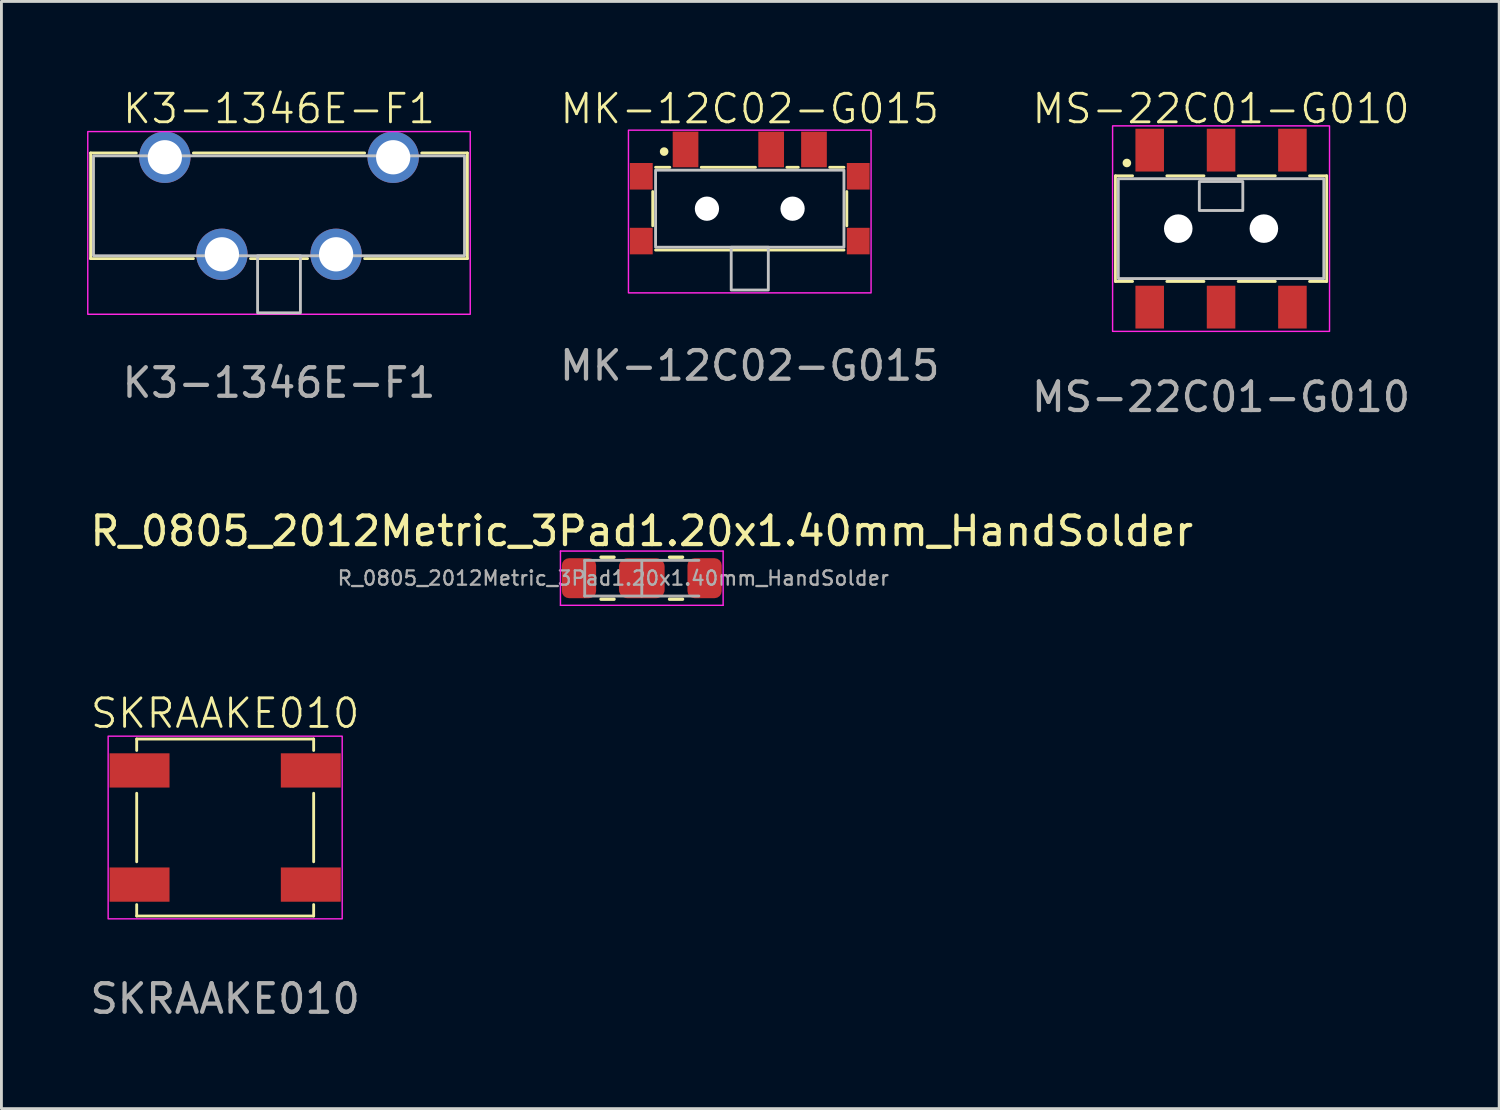
<source format=kicad_pcb>
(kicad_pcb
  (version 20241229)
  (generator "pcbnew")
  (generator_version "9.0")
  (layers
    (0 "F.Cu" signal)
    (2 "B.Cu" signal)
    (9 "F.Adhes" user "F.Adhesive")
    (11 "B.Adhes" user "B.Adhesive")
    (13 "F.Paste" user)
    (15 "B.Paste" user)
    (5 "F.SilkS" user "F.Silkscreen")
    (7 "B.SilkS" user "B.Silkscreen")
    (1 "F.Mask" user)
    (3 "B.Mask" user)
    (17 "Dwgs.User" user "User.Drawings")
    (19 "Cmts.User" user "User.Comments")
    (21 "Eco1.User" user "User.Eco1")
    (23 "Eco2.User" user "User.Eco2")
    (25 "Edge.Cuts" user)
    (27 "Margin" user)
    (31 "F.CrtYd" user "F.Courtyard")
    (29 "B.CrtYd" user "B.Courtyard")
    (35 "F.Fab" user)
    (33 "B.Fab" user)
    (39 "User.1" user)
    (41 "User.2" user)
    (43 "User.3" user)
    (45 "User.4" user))
  (footprint "K3-1346E-F1"
    (layer "F.Cu")
    (at 6.725 4.16)
    (property "Reference" "K3-1346E-F1" (at 0 -3.4 0) (unlocked yes) (layer "F.SilkS") (effects (font (size 1 1) (thickness 0.1))))
    (attr through_hole)
    (fp_line (start -6.6 -1.85) (end -5 -1.85) (stroke (width 0.1) (type default)) (layer "F.SilkS"))
    (fp_line (start -6.6 1.85) (end -6.6 -1.85) (stroke (width 0.1) (type default)) (layer "F.SilkS"))
    (fp_line (start -3 -1.85) (end 3 -1.85) (stroke (width 0.1) (type default)) (layer "F.SilkS"))
    (fp_line (start -3 1.85) (end -6.6 1.85) (stroke (width 0.1) (type default)) (layer "F.SilkS"))
    (fp_line (start 1 1.85) (end -1 1.85) (stroke (width 0.1) (type default)) (layer "F.SilkS"))
    (fp_line (start 5 -1.85) (end 6.6 -1.85) (stroke (width 0.1) (type default)) (layer "F.SilkS"))
    (fp_line (start 6.6 -1.85) (end 6.6 1.85) (stroke (width 0.1) (type default)) (layer "F.SilkS"))
    (fp_line (start 6.6 1.85) (end 3 1.85) (stroke (width 0.1) (type default)) (layer "F.SilkS"))
    (fp_rect (start -6.5 -1.75) (end 6.5 1.75) (stroke (width 0.1) (type default)) (fill no) (layer "Dwgs.User"))
    (fp_rect (start -0.75 1.75) (end 0.75 3.75) (stroke (width 0.1) (type default)) (fill no) (layer "Dwgs.User"))
    (fp_rect (start -6.7 -2.6) (end 6.7 3.8) (stroke (width 0.05) (type default)) (fill no) (layer "F.CrtYd"))
    (fp_text user "${REFERENCE}" (at 0 6.2 0) (unlocked yes) (layer "F.Fab") (effects (font (size 1 1) (thickness 0.15))))
    (pad "1" thru_hole circle (at -4 -1.7) (size 1.8 1.8) (drill 1.2) (layers "*.Cu" "*.Mask"))
    (pad "2" thru_hole circle (at -2 1.7) (size 1.8 1.8) (drill 1.2) (layers "*.Cu" "*.Mask"))
    (pad "3" thru_hole circle (at 2 1.7) (size 1.8 1.8) (drill 1.2) (layers "*.Cu" "*.Mask"))
    (pad "4" thru_hole circle (at 4 -1.7) (size 1.8 1.8) (drill 1.2) (layers "*.Cu" "*.Mask")))
  (footprint "SKRAAKE010"
    (layer "F.Cu")
    (at 4.839 25.942)
    (property "Reference" "SKRAAKE010" (at 0 -4 0) (unlocked yes) (layer "F.SilkS") (effects (font (size 1 1) (thickness 0.1))))
    (attr smd)
    (fp_line (start -3.1 -3.1) (end -3.1 -2.7) (stroke (width 0.1) (type default)) (layer "F.SilkS"))
    (fp_line (start -3.1 -3.1) (end 3.1 -3.1) (stroke (width 0.1) (type default)) (layer "F.SilkS"))
    (fp_line (start -3.1 -1.2) (end -3.1 1.2) (stroke (width 0.1) (type default)) (layer "F.SilkS"))
    (fp_line (start -3.1 3.1) (end -3.1 2.7) (stroke (width 0.1) (type default)) (layer "F.SilkS"))
    (fp_line (start -3.1 3.1) (end 3.1 3.1) (stroke (width 0.1) (type default)) (layer "F.SilkS"))
    (fp_line (start 3.1 -3.1) (end 3.1 -2.7) (stroke (width 0.1) (type default)) (layer "F.SilkS"))
    (fp_line (start 3.1 -1.2) (end 3.1 1.2) (stroke (width 0.1) (type default)) (layer "F.SilkS"))
    (fp_line (start 3.1 3.1) (end 3.1 2.7) (stroke (width 0.1) (type default)) (layer "F.SilkS"))
    (fp_rect (start -4.1 -3.2) (end 4.1 3.2) (stroke (width 0.05) (type default)) (fill no) (layer "F.CrtYd"))
    (fp_text user "${REFERENCE}" (at 0 6 0) (unlocked yes) (layer "F.Fab") (effects (font (size 1 1) (thickness 0.15))))
    (pad "1" smd rect (at -3 -2) (size 2.1 1.2) (layers "F.Cu" "F.Mask" "F.Paste"))
    (pad "1" smd rect (at 3 -2) (size 2.1 1.2) (layers "F.Cu" "F.Mask" "F.Paste"))
    (pad "2" smd rect (at -3 2) (size 2.1 1.2) (layers "F.Cu" "F.Mask" "F.Paste"))
    (pad "2" smd rect (at 3 2) (size 2.1 1.2) (layers "F.Cu" "F.Mask" "F.Paste")))
  (footprint "MK-12C02-G015"
    (layer "F.Cu")
    (at 23.218 4.261)
    (property "Reference" "MK-12C02-G015" (at 0 -3.5 0) (unlocked yes) (layer "F.SilkS") (effects (font (size 1 1) (thickness 0.1))))
    (attr smd)
    (fp_line (start -3.4 -0.6) (end -3.4 0.6) (stroke (width 0.1) (type default)) (layer "F.SilkS"))
    (fp_line (start -2.8 -1.45) (end -3.3 -1.45) (stroke (width 0.1) (type default)) (layer "F.SilkS"))
    (fp_line (start 0.2 -1.45) (end -1.7 -1.45) (stroke (width 0.1) (type default)) (layer "F.SilkS"))
    (fp_line (start 1.7 -1.45) (end 1.3 -1.45) (stroke (width 0.1) (type default)) (layer "F.SilkS"))
    (fp_line (start 3.3 -1.45) (end 2.8 -1.45) (stroke (width 0.1) (type default)) (layer "F.SilkS"))
    (fp_line (start 3.3 1.45) (end -3.3 1.45) (stroke (width 0.1) (type default)) (layer "F.SilkS"))
    (fp_line (start 3.4 0.6) (end 3.4 -0.6) (stroke (width 0.1) (type default)) (layer "F.SilkS"))
    (fp_circle (center -3 -2) (end -3.1 -2) (stroke (width 0.1) (type solid)) (fill yes) (layer "F.SilkS"))
    (fp_rect (start 0.65 1.35) (end -0.65 2.85) (stroke (width 0.1) (type default)) (fill no) (layer "Dwgs.User"))
    (fp_rect (start 3.3 1.35) (end -3.3 -1.35) (stroke (width 0.1) (type default)) (fill no) (layer "Dwgs.User"))
    (fp_rect (start 4.25 2.95) (end -4.25 -2.75) (stroke (width 0.05) (type default)) (fill no) (layer "F.CrtYd"))
    (fp_text user "${REFERENCE}" (at 0 5.5 0) (unlocked yes) (layer "F.Fab") (effects (font (size 1 1) (thickness 0.15))))
    (pad "" np_thru_hole circle (at -1.5 0 180) (size 0.85 0.85) (drill 0.85) (layers "*.Cu" "*.Mask"))
    (pad "" np_thru_hole circle (at 1.5 0 180) (size 0.85 0.85) (drill 0.85) (layers "*.Cu" "*.Mask"))
    (pad "1" smd rect (at -2.25 -2.075 180) (size 0.9 1.25) (layers "F.Cu" "F.Mask" "F.Paste"))
    (pad "2" smd rect (at 0.75 -2.075 180) (size 0.9 1.25) (layers "F.Cu" "F.Mask" "F.Paste"))
    (pad "3" smd rect (at 2.25 -2.075 180) (size 0.9 1.25) (layers "F.Cu" "F.Mask" "F.Paste"))
    (pad "4" smd rect (at -3.8 -1.135 180) (size 0.8 0.93) (layers "F.Cu" "F.Mask" "F.Paste"))
    (pad "4" smd rect (at -3.8 1.135 180) (size 0.8 0.93) (layers "F.Cu" "F.Mask" "F.Paste"))
    (pad "4" smd rect (at 3.8 -1.135 180) (size 0.8 0.93) (layers "F.Cu" "F.Mask" "F.Paste"))
    (pad "4" smd rect (at 3.8 1.135 180) (size 0.8 0.93) (layers "F.Cu" "F.Mask" "F.Paste")))
  (footprint "R_0805_2012Metric_3Pad1.20x1.40mm_HandSolder"
    (layer "F.Cu")
    (at 19.435 17.207)
    (property "Reference" "R_0805_2012Metric_3Pad1.20x1.40mm_HandSolder" (at 0 -1.65 0) (layer "F.SilkS") (effects (font (size 1 1) (thickness 0.15))))
    (attr smd)
    (fp_line (start -1.427 -0.735) (end -0.973 -0.735) (stroke (width 0.12) (type solid)) (layer "F.SilkS"))
    (fp_line (start -1.427 0.735) (end -0.973 0.735) (stroke (width 0.12) (type solid)) (layer "F.SilkS"))
    (fp_line (start 1.427 -0.735) (end 0.973 -0.735) (stroke (width 0.12) (type default)) (layer "F.SilkS"))
    (fp_line (start 1.427 0.735) (end 0.973 0.735) (stroke (width 0.12) (type default)) (layer "F.SilkS"))
    (fp_line (start -2.85 -0.95) (end 2.85 -0.95) (stroke (width 0.05) (type solid)) (layer "F.CrtYd"))
    (fp_line (start -2.85 0.95) (end -2.85 -0.95) (stroke (width 0.05) (type solid)) (layer "F.CrtYd"))
    (fp_line (start 2.85 -0.95) (end 2.85 0.95) (stroke (width 0.05) (type solid)) (layer "F.CrtYd"))
    (fp_line (start 2.85 0.95) (end -2.85 0.95) (stroke (width 0.05) (type solid)) (layer "F.CrtYd"))
    (fp_line (start -2 -0.625) (end 2 -0.625) (stroke (width 0.1) (type solid)) (layer "F.Fab"))
    (fp_line (start -2 0.625) (end -2 -0.625) (stroke (width 0.1) (type solid)) (layer "F.Fab"))
    (fp_line (start 0 -0.625) (end 0 0.625) (stroke (width 0.1) (type solid)) (layer "F.Fab"))
    (fp_line (start 2 0.625) (end -2 0.625) (stroke (width 0.1) (type solid)) (layer "F.Fab"))
    (fp_text user "${REFERENCE}" (at -1 0 0) (layer "F.Fab") (effects (font (size 0.5 0.5) (thickness 0.08))))
    (pad "1" smd roundrect (at -2.2 0) (size 1.2 1.4) (layers "F.Cu" "F.Mask" "F.Paste") (roundrect_rratio 0.208))
    (pad "2" smd roundrect (at 0 0) (size 1.6 1.4) (layers "F.Cu" "F.Mask" "F.Paste") (roundrect_rratio 0.208))
    (pad "3" smd roundrect (at 2.2 0) (size 1.2 1.4) (layers "F.Cu" "F.Mask" "F.Paste") (roundrect_rratio 0.208)))
  (footprint "MS-22C01-G010"
    (layer "F.Cu")
    (at 39.73 4.96)
    (property "Reference" "MS-22C01-G010" (at 0 -4.2 0) (unlocked yes) (layer "F.SilkS") (effects (font (size 1 1) (thickness 0.1))))
    (attr smd)
    (fp_line (start -3.7 -1.85) (end -3.7 1.85) (stroke (width 0.1) (type default)) (layer "F.SilkS"))
    (fp_line (start -3.7 1.85) (end -3.1 1.85) (stroke (width 0.1) (type default)) (layer "F.SilkS"))
    (fp_line (start -3.1 -1.85) (end -3.7 -1.85) (stroke (width 0.1) (type default)) (layer "F.SilkS"))
    (fp_line (start -1.9 -1.85) (end -0.6 -1.85) (stroke (width 0.1) (type default)) (layer "F.SilkS"))
    (fp_line (start -1.9 1.85) (end -0.6 1.85) (stroke (width 0.1) (type default)) (layer "F.SilkS"))
    (fp_line (start 0.6 -1.85) (end 1.9 -1.85) (stroke (width 0.1) (type default)) (layer "F.SilkS"))
    (fp_line (start 0.6 1.85) (end 1.9 1.85) (stroke (width 0.1) (type default)) (layer "F.SilkS"))
    (fp_line (start 3.1 -1.85) (end 3.7 -1.85) (stroke (width 0.1) (type default)) (layer "F.SilkS"))
    (fp_line (start 3.7 -1.85) (end 3.7 1.85) (stroke (width 0.1) (type default)) (layer "F.SilkS"))
    (fp_line (start 3.7 1.85) (end 3.1 1.85) (stroke (width 0.1) (type default)) (layer "F.SilkS"))
    (fp_circle (center -3.3 -2.3) (end -3.2 -2.3) (stroke (width 0.1) (type solid)) (fill yes) (layer "F.SilkS"))
    (fp_rect (start -3.6 -1.75) (end 3.6 1.75) (stroke (width 0.1) (type default)) (fill no) (layer "Dwgs.User"))
    (fp_rect (start -0.762 -1.651) (end 0.762 -0.635) (stroke (width 0.1) (type solid)) (fill no) (layer "Dwgs.User"))
    (fp_rect (start -3.8 -3.6) (end 3.8 3.6) (stroke (width 0.05) (type default)) (fill no) (layer "F.CrtYd"))
    (fp_text user "${REFERENCE}" (at 0 5.9 0) (unlocked yes) (layer "F.Fab") (effects (font (size 1 1) (thickness 0.15))))
    (pad "" np_thru_hole circle (at -1.5 0) (size 1 1) (drill 1) (layers "*.Cu" "*.Mask"))
    (pad "" np_thru_hole circle (at 1.5 0) (size 1 1) (drill 1) (layers "*.Cu" "*.Mask"))
    (pad "1" smd rect (at -2.5 -2.75) (size 1 1.5) (layers "F.Cu" "F.Mask" "F.Paste"))
    (pad "2" smd rect (at 0 -2.75) (size 1 1.5) (layers "F.Cu" "F.Mask" "F.Paste"))
    (pad "3" smd rect (at 2.5 -2.75) (size 1 1.5) (layers "F.Cu" "F.Mask" "F.Paste"))
    (pad "4" smd rect (at -2.5 2.75) (size 1 1.5) (layers "F.Cu" "F.Mask" "F.Paste"))
    (pad "5" smd rect (at 0 2.75) (size 1 1.5) (layers "F.Cu" "F.Mask" "F.Paste"))
    (pad "6" smd rect (at 2.5 2.75) (size 1 1.5) (layers "F.Cu" "F.Mask" "F.Paste")))
  (gr_rect
    (start -3 -3)
    (end 49.474 35.791)
    (stroke (width 0.1) (type default))
    (fill no)
    (layer "Edge.Cuts")))
</source>
